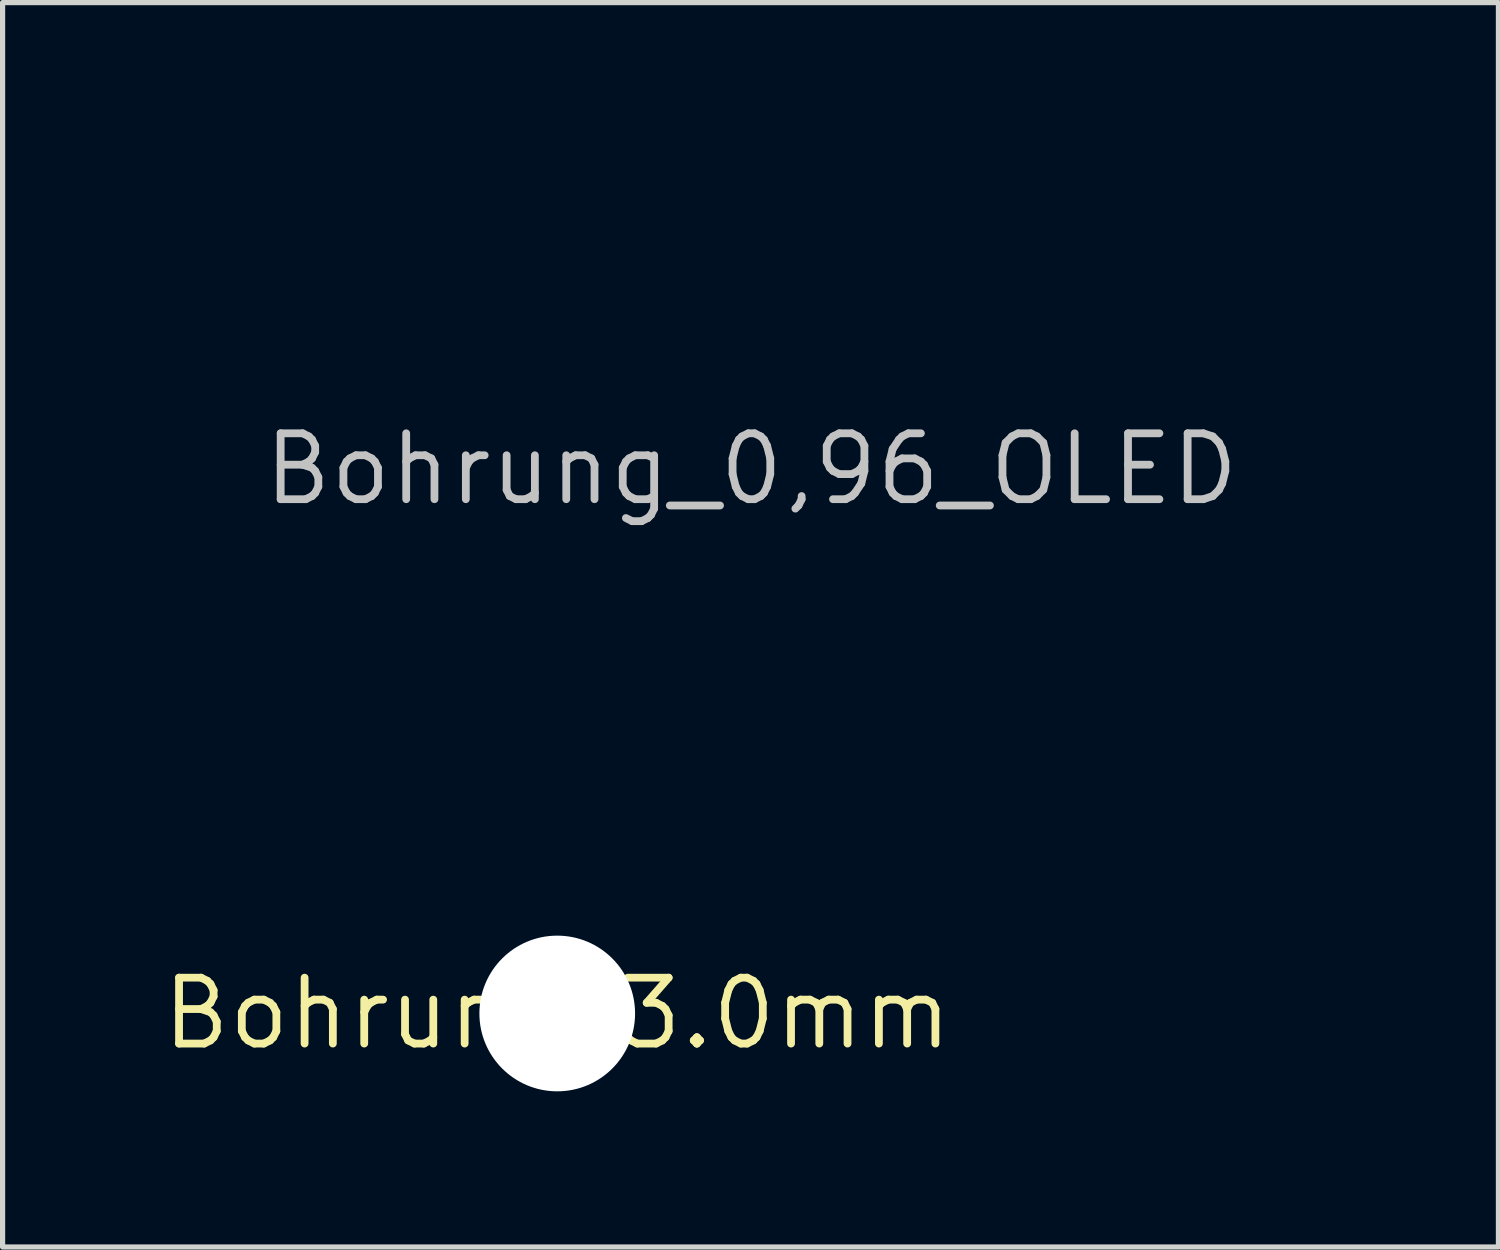
<source format=kicad_pcb>
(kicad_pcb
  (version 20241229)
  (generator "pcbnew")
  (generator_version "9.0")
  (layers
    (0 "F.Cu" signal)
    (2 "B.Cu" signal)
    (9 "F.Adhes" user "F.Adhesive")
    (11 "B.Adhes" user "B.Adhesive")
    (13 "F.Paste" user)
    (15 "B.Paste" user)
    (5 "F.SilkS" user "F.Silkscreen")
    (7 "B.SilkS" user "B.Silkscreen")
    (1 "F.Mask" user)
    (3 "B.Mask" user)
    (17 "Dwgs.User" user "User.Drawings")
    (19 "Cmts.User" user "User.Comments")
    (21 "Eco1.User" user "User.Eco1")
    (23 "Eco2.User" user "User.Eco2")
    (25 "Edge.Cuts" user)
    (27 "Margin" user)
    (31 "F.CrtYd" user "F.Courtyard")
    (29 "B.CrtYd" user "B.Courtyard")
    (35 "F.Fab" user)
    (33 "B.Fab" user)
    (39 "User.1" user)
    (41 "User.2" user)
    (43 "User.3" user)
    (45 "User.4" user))
  (footprint "Bohrung_0,96_OLED"
    (layer "F.Cu")
    (at 11.43 5.99)
    (property "Reference" "Bohrung_0,96_OLED" (at 0 0 0) (layer "Dwgs.User") (effects (font (size 1.27 1.27) (thickness 0.15))))
    (attr through_hole)
    (fp_line (start -11.37 -5.93) (end -11.37 5.93) (stroke (width 0.12) (type solid)) (layer "Eco2.User"))
    (fp_line (start -11.37 -5.93) (end 11.37 -5.93) (stroke (width 0.05) (type solid)) (layer "Eco2.User"))
    (fp_line (start -11.37 5.93) (end 11.37 5.93) (stroke (width 0.05) (type solid)) (layer "Eco2.User"))
    (fp_line (start 11.37 -5.93) (end 11.37 5.93) (stroke (width 0.05) (type solid)) (layer "Eco2.User")))
  (footprint "Bohrung_3.0mm"
    (layer "F.Cu")
    (at 7.688 16.48)
    (property "Reference" "Bohrung_3.0mm" (at 0 0 0) (layer "F.SilkS") (effects (font (size 1.27 1.27) (thickness 0.15))))
    (attr through_hole)
    (pad "" np_thru_hole circle (at 0 0) (size 3 3) (drill 3) (layers "*.Cu" "*.Mask")))
  (gr_rect
    (start -3 -3)
    (end 25.825 20.98)
    (stroke (width 0.1) (type default))
    (fill no)
    (layer "Edge.Cuts")))
</source>
